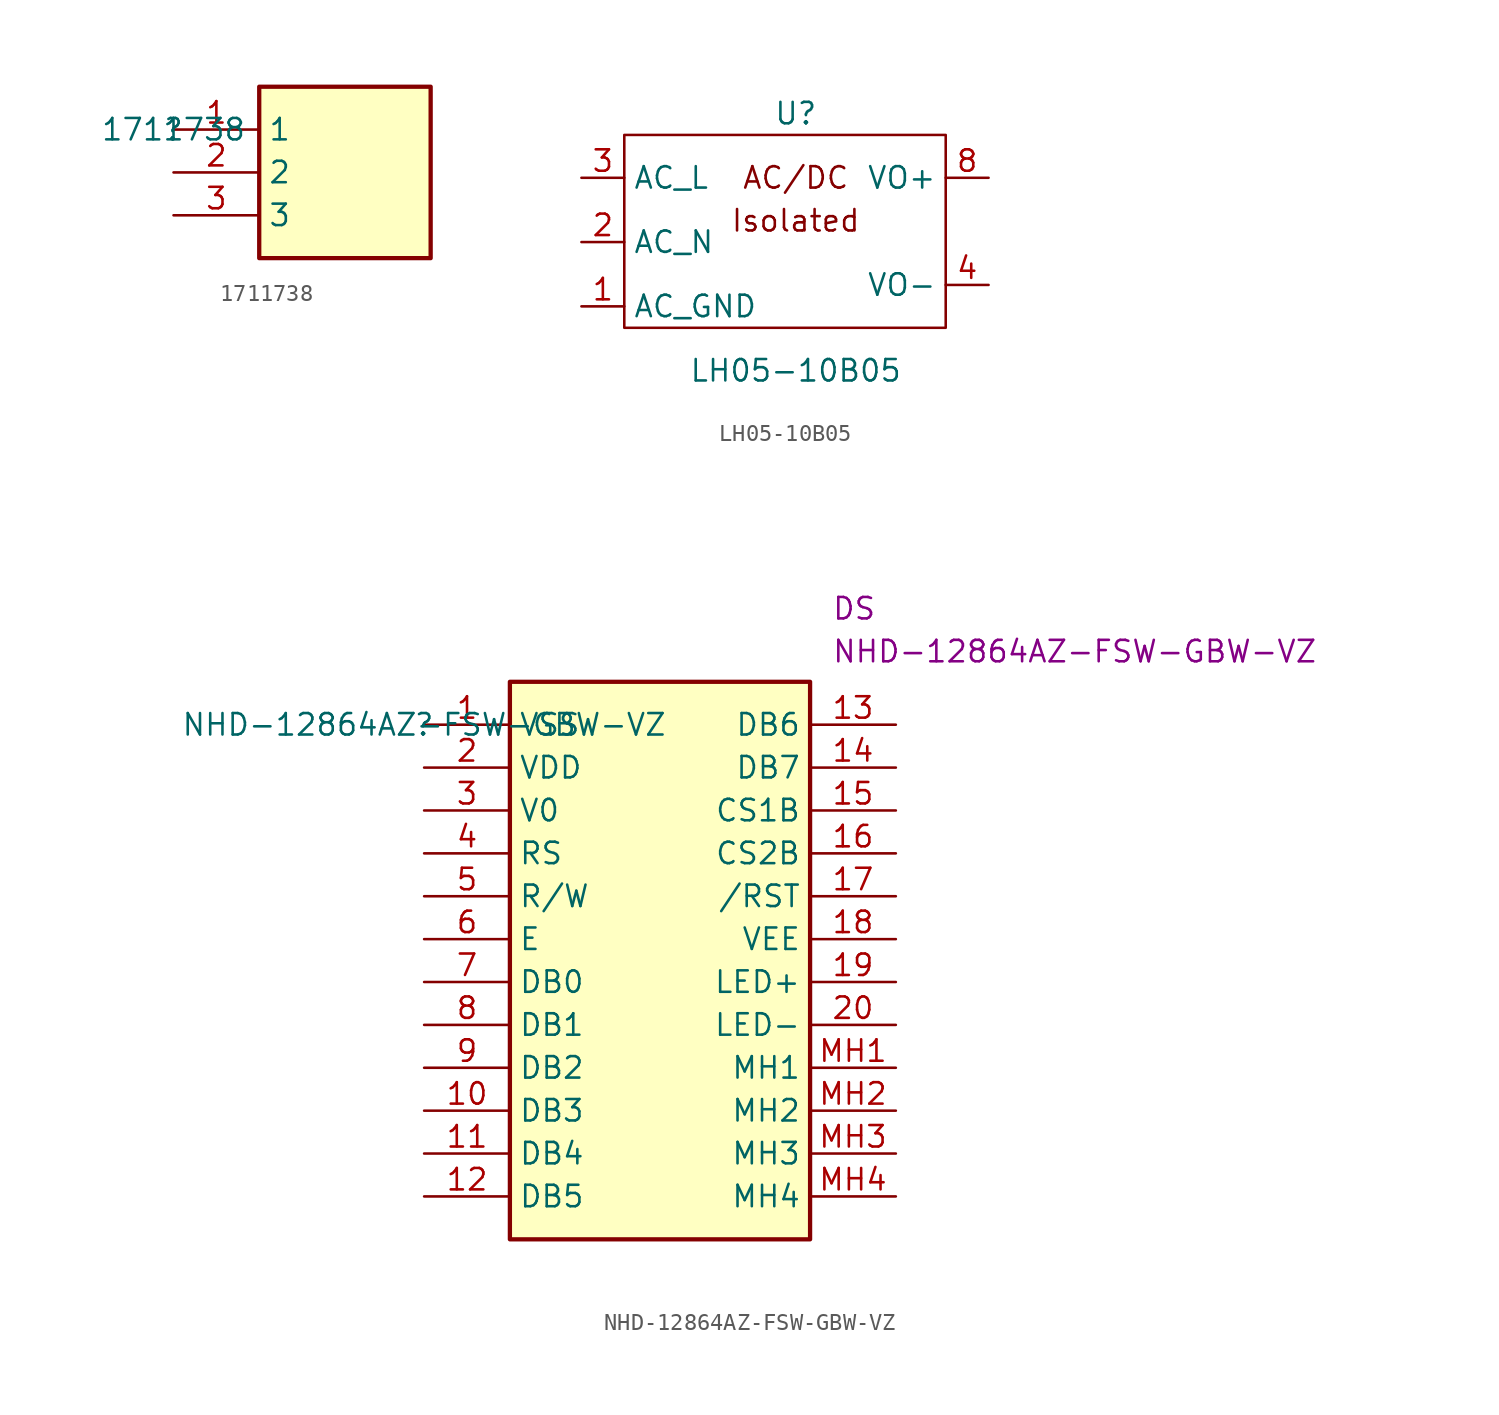
<source format=kicad_sym>
(kicad_symbol_lib
  (version 20211014)
  (generator kicad_symbol_editor)
  (symbol "1711738"
    (property "Reference" ""
      (at 0 0 0)
      (effects (font (size 1.27 1.27))))
    (property "Value" "1711738"
      (at 0 0 0)
      (effects (font (size 1.27 1.27))))
    (symbol "1711738_1_1"
      (rectangle (start 5.08 2.54) (end 15.24 -7.62) (stroke (width 0.254) (type default) (color 0 0 0 0)) (fill (type background)))
      (pin passive line (at 0 0 0) (length 5.08) (name "1" (effects (font (size 1.27 1.27)))) (number "1" (effects (font (size 1.27 1.27)))))
      (pin passive line (at 0 -2.54 0) (length 5.08) (name "2" (effects (font (size 1.27 1.27)))) (number "2" (effects (font (size 1.27 1.27)))))
      (pin passive line (at 0 -5.08 0) (length 5.08) (name "3" (effects (font (size 1.27 1.27)))) (number "3" (effects (font (size 1.27 1.27)))))))
  (symbol "LH05-10B05"
    (property "Reference" "U"
      (at 0 7.62 0)
      (effects (font (size 1.27 1.27))))
    (property "Value" "LH05-10B05"
      (at 0 -7.62 0)
      (effects (font (size 1.27 1.27))))
    (symbol "LH05-10B05_0_0"
      (text "AC/DC" (at 0 3.81 0) (effects (font (size 1.27 1.27))))
      (text "Isolated" (at 0 1.27 0) (effects (font (size 1.27 1.27)))))
    (symbol "LH05-10B05_0_1"
      (rectangle (start -10.16 6.35) (end 8.89 -5.08) (stroke (width 0) (type default) (color 0 0 0 0)) (fill (type none))))
    (symbol "LH05-10B05_1_1"
      (pin input line (at -12.7 -3.81 0) (length 2.54) (name "AC_GND" (effects (font (size 1.27 1.27)))) (number "1" (effects (font (size 1.27 1.27)))))
      (pin input line (at -12.7 0 0) (length 2.54) (name "AC_N" (effects (font (size 1.27 1.27)))) (number "2" (effects (font (size 1.27 1.27)))))
      (pin input line (at -12.7 3.81 0) (length 2.54) (name "AC_L" (effects (font (size 1.27 1.27)))) (number "3" (effects (font (size 1.27 1.27)))))
      (pin output line (at 11.43 -2.54 180) (length 2.54) (name "VO-" (effects (font (size 1.27 1.27)))) (number "4" (effects (font (size 1.27 1.27)))))
      (pin output line (at 11.43 3.81 180) (length 2.54) (name "VO+" (effects (font (size 1.27 1.27)))) (number "8" (effects (font (size 1.27 1.27)))))))
  (symbol "NHD-12864AZ-FSW-GBW-VZ"
    (property "Reference" ""
      (at 0 0 0)
      (effects (font (size 1.27 1.27))))
    (property "Value" "NHD-12864AZ-FSW-GBW-VZ"
      (at 0 0 0)
      (effects (font (size 1.27 1.27))))
    (property "Reference_1" "DS"
      (at 24.13 7.62 0)
      (effects (font (size 1.27 1.27)) (justify left top)))
    (property "Value_1" "NHD-12864AZ-FSW-GBW-VZ"
      (at 24.13 5.08 0)
      (effects (font (size 1.27 1.27)) (justify left top)))
    (symbol "NHD-12864AZ-FSW-GBW-VZ_1_1"
      (rectangle (start 5.08 2.54) (end 22.86 -30.48) (stroke (width 0.254) (type default) (color 0 0 0 0)) (fill (type background)))
      (pin passive line (at 0 0 0) (length 5.08) (name "VSS" (effects (font (size 1.27 1.27)))) (number "1" (effects (font (size 1.27 1.27)))))
      (pin passive line (at 0 -22.86 0) (length 5.08) (name "DB3" (effects (font (size 1.27 1.27)))) (number "10" (effects (font (size 1.27 1.27)))))
      (pin passive line (at 0 -25.4 0) (length 5.08) (name "DB4" (effects (font (size 1.27 1.27)))) (number "11" (effects (font (size 1.27 1.27)))))
      (pin passive line (at 0 -27.94 0) (length 5.08) (name "DB5" (effects (font (size 1.27 1.27)))) (number "12" (effects (font (size 1.27 1.27)))))
      (pin passive line (at 27.94 0 180) (length 5.08) (name "DB6" (effects (font (size 1.27 1.27)))) (number "13" (effects (font (size 1.27 1.27)))))
      (pin passive line (at 27.94 -2.54 180) (length 5.08) (name "DB7" (effects (font (size 1.27 1.27)))) (number "14" (effects (font (size 1.27 1.27)))))
      (pin passive line (at 27.94 -5.08 180) (length 5.08) (name "CS1B" (effects (font (size 1.27 1.27)))) (number "15" (effects (font (size 1.27 1.27)))))
      (pin passive line (at 27.94 -7.62 180) (length 5.08) (name "CS2B" (effects (font (size 1.27 1.27)))) (number "16" (effects (font (size 1.27 1.27)))))
      (pin passive line (at 27.94 -10.16 180) (length 5.08) (name "/RST" (effects (font (size 1.27 1.27)))) (number "17" (effects (font (size 1.27 1.27)))))
      (pin passive line (at 27.94 -12.7 180) (length 5.08) (name "VEE" (effects (font (size 1.27 1.27)))) (number "18" (effects (font (size 1.27 1.27)))))
      (pin passive line (at 27.94 -15.24 180) (length 5.08) (name "LED+" (effects (font (size 1.27 1.27)))) (number "19" (effects (font (size 1.27 1.27)))))
      (pin passive line (at 0 -2.54 0) (length 5.08) (name "VDD" (effects (font (size 1.27 1.27)))) (number "2" (effects (font (size 1.27 1.27)))))
      (pin passive line (at 27.94 -17.78 180) (length 5.08) (name "LED-" (effects (font (size 1.27 1.27)))) (number "20" (effects (font (size 1.27 1.27)))))
      (pin passive line (at 0 -5.08 0) (length 5.08) (name "V0" (effects (font (size 1.27 1.27)))) (number "3" (effects (font (size 1.27 1.27)))))
      (pin passive line (at 0 -7.62 0) (length 5.08) (name "RS" (effects (font (size 1.27 1.27)))) (number "4" (effects (font (size 1.27 1.27)))))
      (pin passive line (at 0 -10.16 0) (length 5.08) (name "R/W" (effects (font (size 1.27 1.27)))) (number "5" (effects (font (size 1.27 1.27)))))
      (pin passive line (at 0 -12.7 0) (length 5.08) (name "E" (effects (font (size 1.27 1.27)))) (number "6" (effects (font (size 1.27 1.27)))))
      (pin passive line (at 0 -15.24 0) (length 5.08) (name "DB0" (effects (font (size 1.27 1.27)))) (number "7" (effects (font (size 1.27 1.27)))))
      (pin passive line (at 0 -17.78 0) (length 5.08) (name "DB1" (effects (font (size 1.27 1.27)))) (number "8" (effects (font (size 1.27 1.27)))))
      (pin passive line (at 0 -20.32 0) (length 5.08) (name "DB2" (effects (font (size 1.27 1.27)))) (number "9" (effects (font (size 1.27 1.27)))))
      (pin passive line (at 27.94 -20.32 180) (length 5.08) (name "MH1" (effects (font (size 1.27 1.27)))) (number "MH1" (effects (font (size 1.27 1.27)))))
      (pin passive line (at 27.94 -22.86 180) (length 5.08) (name "MH2" (effects (font (size 1.27 1.27)))) (number "MH2" (effects (font (size 1.27 1.27)))))
      (pin passive line (at 27.94 -25.4 180) (length 5.08) (name "MH3" (effects (font (size 1.27 1.27)))) (number "MH3" (effects (font (size 1.27 1.27)))))
      (pin passive line (at 27.94 -27.94 180) (length 5.08) (name "MH4" (effects (font (size 1.27 1.27)))) (number "MH4" (effects (font (size 1.27 1.27))))))))
</source>
